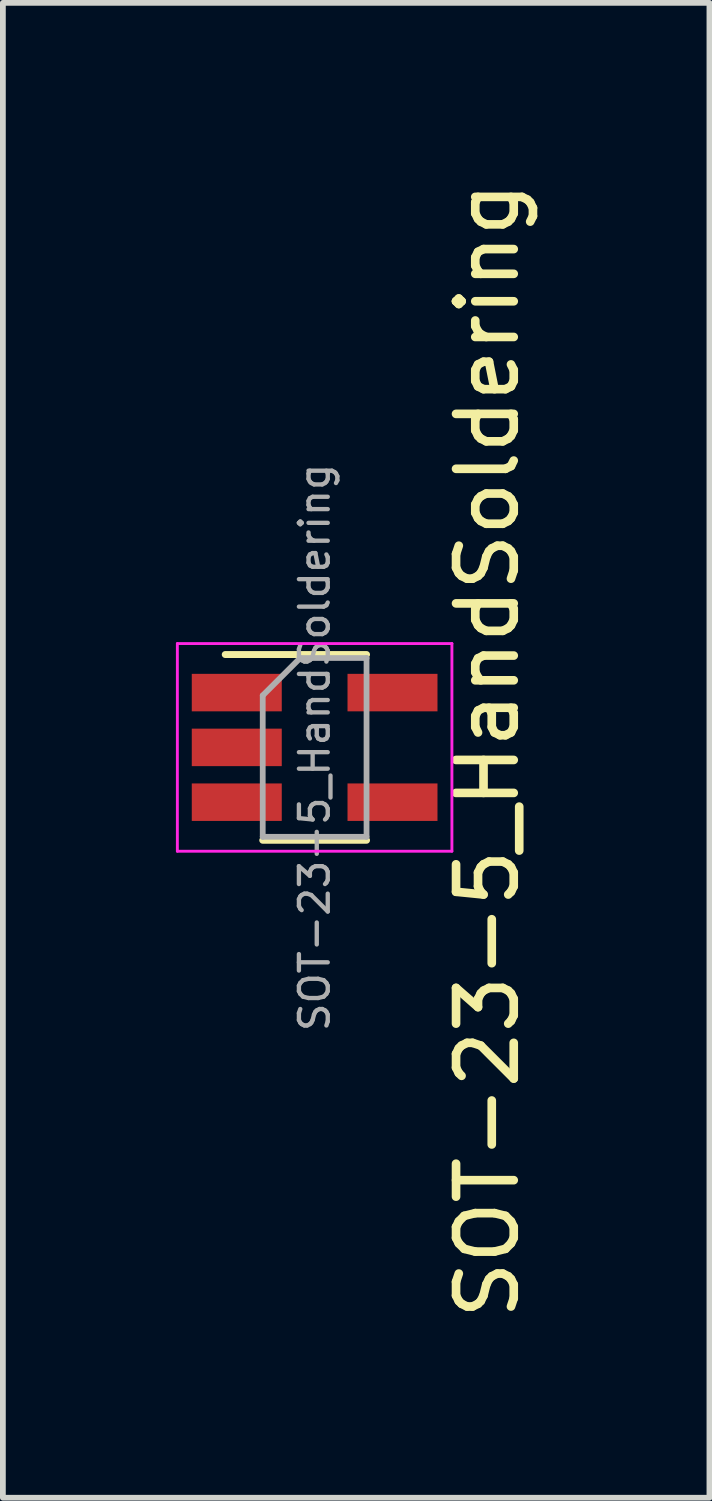
<source format=kicad_pcb>
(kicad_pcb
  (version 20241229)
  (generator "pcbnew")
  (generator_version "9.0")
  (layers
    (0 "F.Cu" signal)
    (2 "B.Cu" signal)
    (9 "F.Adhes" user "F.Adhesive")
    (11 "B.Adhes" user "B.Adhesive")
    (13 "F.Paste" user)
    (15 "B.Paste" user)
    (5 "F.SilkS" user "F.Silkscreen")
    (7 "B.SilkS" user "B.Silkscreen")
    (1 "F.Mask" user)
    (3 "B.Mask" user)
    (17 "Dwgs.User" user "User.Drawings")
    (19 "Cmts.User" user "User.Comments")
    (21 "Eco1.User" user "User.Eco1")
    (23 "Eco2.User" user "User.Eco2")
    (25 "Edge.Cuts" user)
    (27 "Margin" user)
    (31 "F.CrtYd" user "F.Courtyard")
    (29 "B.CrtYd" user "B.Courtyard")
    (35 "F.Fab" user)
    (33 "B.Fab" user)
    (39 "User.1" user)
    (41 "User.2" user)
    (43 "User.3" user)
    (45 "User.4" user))
  (footprint "SOT-23-5_HandSoldering"
    (layer "F.Cu")
    (at 2.405 9.908)
    (property "Reference" "SOT-23-5_HandSoldering" (at 2.997 0.051 90) (layer "F.SilkS") (effects (font (size 1 1) (thickness 0.15))))
    (attr smd)
    (fp_line (start -0.9 1.61) (end 0.9 1.61) (stroke (width 0.12) (type solid)) (layer "F.SilkS"))
    (fp_line (start 0.9 -1.61) (end -1.55 -1.61) (stroke (width 0.12) (type solid)) (layer "F.SilkS"))
    (fp_line (start -2.38 -1.8) (end -2.38 1.8) (stroke (width 0.05) (type solid)) (layer "F.CrtYd"))
    (fp_line (start -2.38 -1.8) (end 2.38 -1.8) (stroke (width 0.05) (type solid)) (layer "F.CrtYd"))
    (fp_line (start 2.38 1.8) (end -2.38 1.8) (stroke (width 0.05) (type solid)) (layer "F.CrtYd"))
    (fp_line (start 2.38 1.8) (end 2.38 -1.8) (stroke (width 0.05) (type solid)) (layer "F.CrtYd"))
    (fp_line (start -0.9 -0.9) (end -0.9 1.55) (stroke (width 0.1) (type solid)) (layer "F.Fab"))
    (fp_line (start -0.9 -0.9) (end -0.25 -1.55) (stroke (width 0.1) (type solid)) (layer "F.Fab"))
    (fp_line (start 0.9 -1.55) (end -0.25 -1.55) (stroke (width 0.1) (type solid)) (layer "F.Fab"))
    (fp_line (start 0.9 -1.55) (end 0.9 1.55) (stroke (width 0.1) (type solid)) (layer "F.Fab"))
    (fp_line (start 0.9 1.55) (end -0.9 1.55) (stroke (width 0.1) (type solid)) (layer "F.Fab"))
    (fp_text user "${REFERENCE}" (at 0 0 90) (layer "F.Fab") (effects (font (size 0.5 0.5) (thickness 0.075))))
    (pad "1" smd rect (at -1.35 -0.95) (size 1.56 0.65) (layers "F.Cu" "F.Mask" "F.Paste"))
    (pad "2" smd rect (at -1.35 0) (size 1.56 0.65) (layers "F.Cu" "F.Mask" "F.Paste"))
    (pad "3" smd rect (at -1.35 0.95) (size 1.56 0.65) (layers "F.Cu" "F.Mask" "F.Paste"))
    (pad "4" smd rect (at 1.35 0.95) (size 1.56 0.65) (layers "F.Cu" "F.Mask" "F.Paste"))
    (pad "5" smd rect (at 1.35 -0.95) (size 1.56 0.65) (layers "F.Cu" "F.Mask" "F.Paste")))
  (gr_rect
    (start -3 -3)
    (end 9.25 22.917)
    (stroke (width 0.1) (type default))
    (fill no)
    (layer "Edge.Cuts")))
</source>
